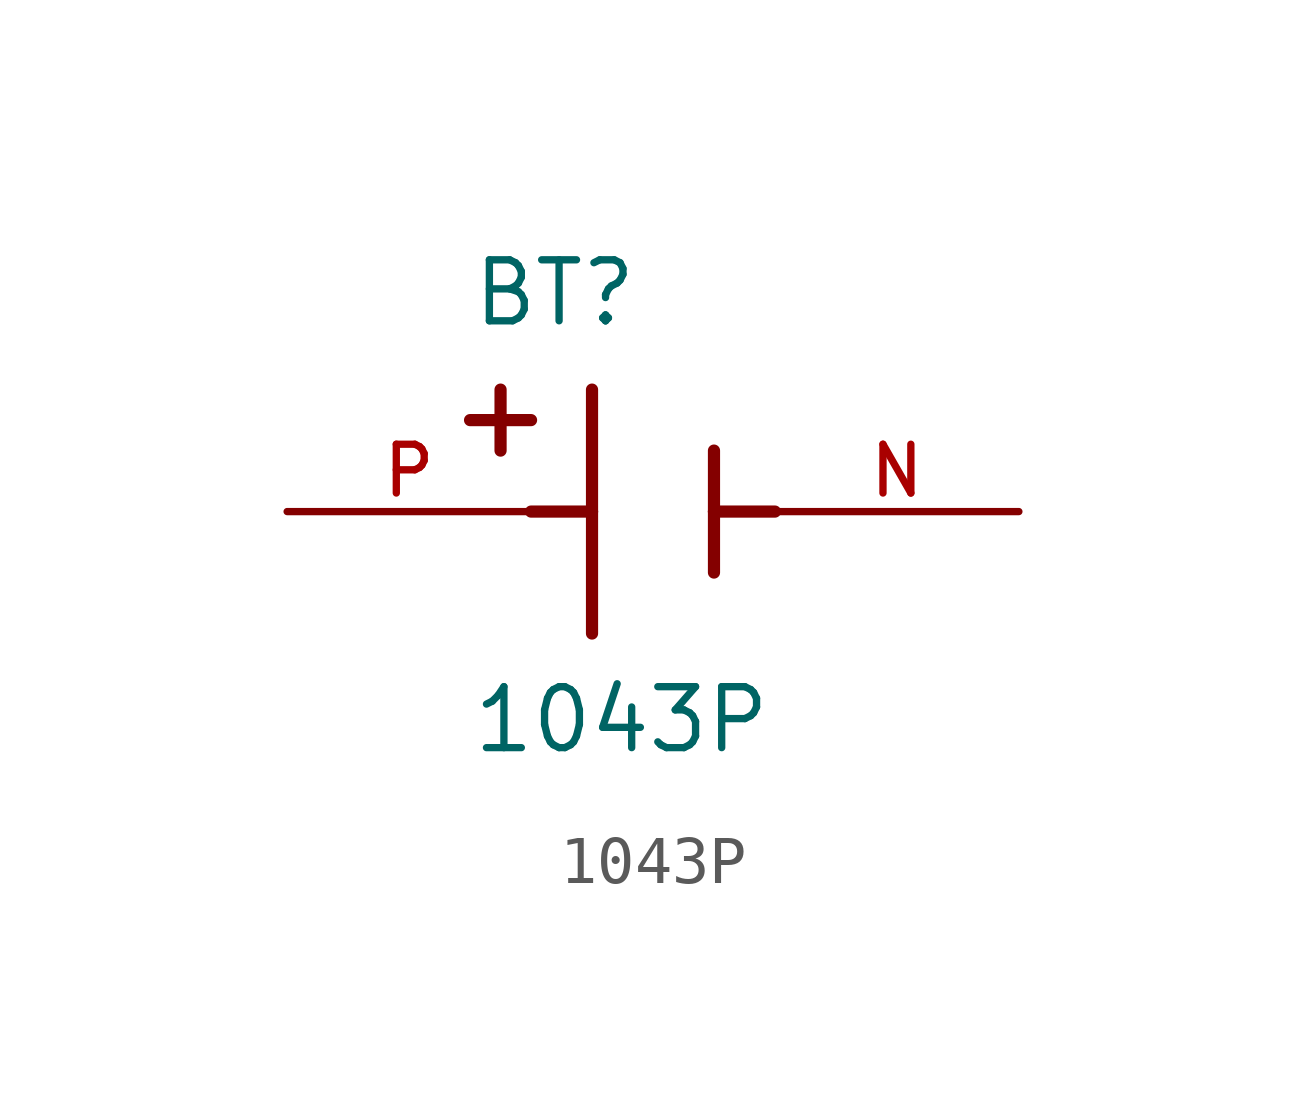
<source format=kicad_sym>
(kicad_symbol_lib
  (version 20211014)
  (generator kicad_symbol_editor)
  (symbol "1043P"
    (pin_names
      (offset 1.016))
    (property "Reference" "BT"
      (at -3.81 3.81 0)
      (effects (font (size 1.27 1.27)) (justify bottom left)))
    (property "Value" "1043P"
      (at -3.81 -5.08 0)
      (effects (font (size 1.27 1.27)) (justify bottom left)))
    (symbol "1043P_0_0"
      (polyline (pts (xy -1.27 2.54) (xy -1.27 0.0)) (stroke (width 0.254)))
      (polyline (pts (xy -1.27 0.0) (xy -1.27 -2.54)) (stroke (width 0.254)))
      (polyline (pts (xy 1.27 1.27) (xy 1.27 0.0)) (stroke (width 0.254)))
      (polyline (pts (xy 1.27 0.0) (xy 1.27 -1.27)) (stroke (width 0.254)))
      (polyline (pts (xy -1.27 0.0) (xy -2.54 0.0)) (stroke (width 0.254)))
      (polyline (pts (xy 1.27 0.0) (xy 2.54 0.0)) (stroke (width 0.254)))
      (polyline (pts (xy -3.175 2.54) (xy -3.175 1.27)) (stroke (width 0.254)))
      (polyline (pts (xy -3.81 1.905) (xy -2.54 1.905)) (stroke (width 0.254)))
      (pin passive line (at -7.62 0.0 0) (length 5.08) (name "~" (effects (font (size 1.016 1.016)))) (number "P" (effects (font (size 1.016 1.016)))))
      (pin passive line (at 7.62 0.0 180.0) (length 5.08) (name "~" (effects (font (size 1.016 1.016)))) (number "N" (effects (font (size 1.016 1.016))))))))
</source>
